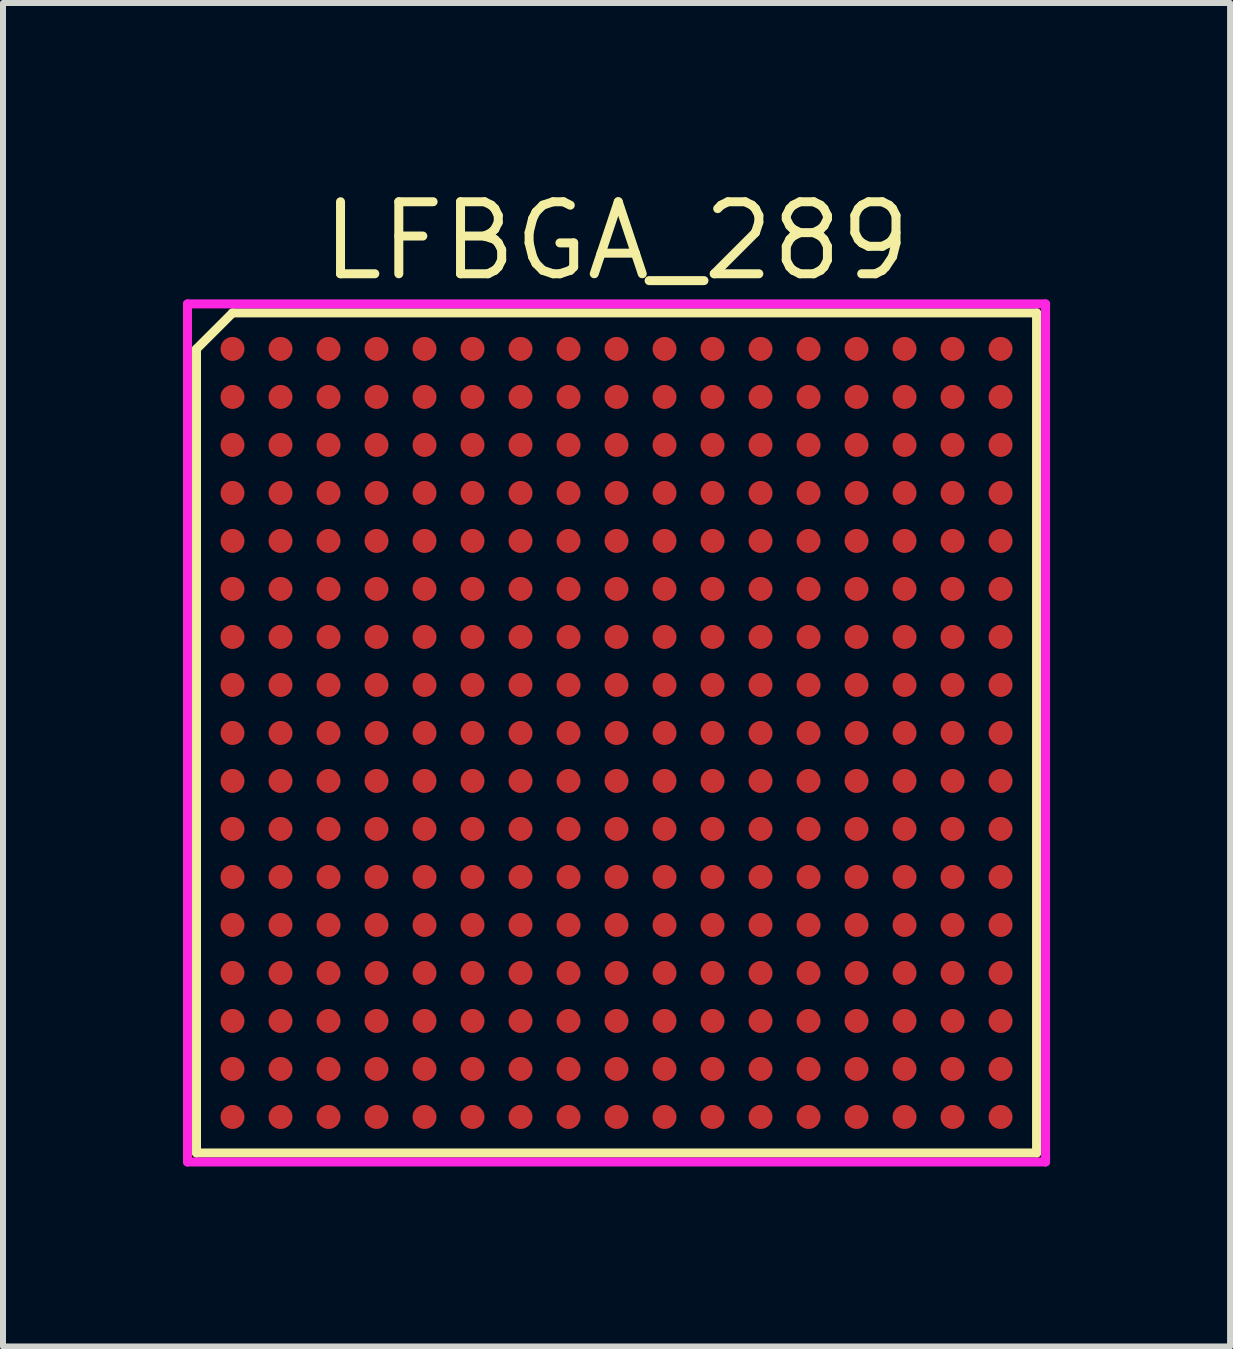
<source format=kicad_pcb>
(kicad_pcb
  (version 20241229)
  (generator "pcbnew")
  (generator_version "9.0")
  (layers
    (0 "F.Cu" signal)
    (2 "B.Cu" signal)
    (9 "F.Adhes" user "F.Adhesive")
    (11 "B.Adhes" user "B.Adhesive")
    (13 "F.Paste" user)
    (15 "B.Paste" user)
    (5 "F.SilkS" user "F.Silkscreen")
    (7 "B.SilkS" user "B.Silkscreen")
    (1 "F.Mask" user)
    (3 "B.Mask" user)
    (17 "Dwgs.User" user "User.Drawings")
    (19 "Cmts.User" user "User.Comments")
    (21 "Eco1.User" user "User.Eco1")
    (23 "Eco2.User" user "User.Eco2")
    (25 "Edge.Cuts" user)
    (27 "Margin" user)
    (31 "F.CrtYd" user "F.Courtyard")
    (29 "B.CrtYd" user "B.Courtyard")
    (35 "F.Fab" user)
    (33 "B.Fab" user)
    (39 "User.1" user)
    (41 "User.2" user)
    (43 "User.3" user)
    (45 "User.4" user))
  (footprint "LFBGA_289"
    (layer "F.Cu")
    (at 7.225 9.165)
    (property "Reference" "LFBGA_289" (at 0 -8.2 0) (layer "F.SilkS") (effects (font (size 1.2 1.2) (thickness 0.15))))
    (attr through_hole)
    (fp_line (start -7 -6.4) (end -7 7) (stroke (width 0.15) (type solid)) (layer "F.SilkS"))
    (fp_line (start -7 7) (end 7 7) (stroke (width 0.15) (type solid)) (layer "F.SilkS"))
    (fp_line (start -6.4 -7) (end -7 -6.4) (stroke (width 0.15) (type solid)) (layer "F.SilkS"))
    (fp_line (start 7 -7) (end -6.4 -7) (stroke (width 0.15) (type solid)) (layer "F.SilkS"))
    (fp_line (start 7 7) (end 7 -7) (stroke (width 0.15) (type solid)) (layer "F.SilkS"))
    (fp_line (start -7.15 -7.15) (end 7.15 -7.15) (stroke (width 0.15) (type solid)) (layer "F.CrtYd"))
    (fp_line (start -7.15 7.15) (end -7.15 -7.15) (stroke (width 0.15) (type solid)) (layer "F.CrtYd"))
    (fp_line (start 7.15 -7.15) (end 7.15 7.15) (stroke (width 0.15) (type solid)) (layer "F.CrtYd"))
    (fp_line (start 7.15 7.15) (end -7.15 7.15) (stroke (width 0.15) (type solid)) (layer "F.CrtYd"))
    (pad "A1" smd circle (at -6.4 -6.4) (size 0.4 0.4) (layers "F.Cu" "F.Mask" "F.Paste"))
    (pad "A2" smd circle (at -5.6 -6.4) (size 0.4 0.4) (layers "F.Cu" "F.Mask" "F.Paste"))
    (pad "A3" smd circle (at -4.8 -6.4) (size 0.4 0.4) (layers "F.Cu" "F.Mask" "F.Paste"))
    (pad "A4" smd circle (at -4 -6.4) (size 0.4 0.4) (layers "F.Cu" "F.Mask" "F.Paste"))
    (pad "A5" smd circle (at -3.2 -6.4) (size 0.4 0.4) (layers "F.Cu" "F.Mask" "F.Paste"))
    (pad "A6" smd circle (at -2.4 -6.4) (size 0.4 0.4) (layers "F.Cu" "F.Mask" "F.Paste"))
    (pad "A7" smd circle (at -1.6 -6.4) (size 0.4 0.4) (layers "F.Cu" "F.Mask" "F.Paste"))
    (pad "A8" smd circle (at -0.8 -6.4) (size 0.4 0.4) (layers "F.Cu" "F.Mask" "F.Paste"))
    (pad "A9" smd circle (at 0 -6.4) (size 0.4 0.4) (layers "F.Cu" "F.Mask" "F.Paste"))
    (pad "A10" smd circle (at 0.8 -6.4) (size 0.4 0.4) (layers "F.Cu" "F.Mask" "F.Paste"))
    (pad "A11" smd circle (at 1.6 -6.4) (size 0.4 0.4) (layers "F.Cu" "F.Mask" "F.Paste"))
    (pad "A12" smd circle (at 2.4 -6.4) (size 0.4 0.4) (layers "F.Cu" "F.Mask" "F.Paste"))
    (pad "A13" smd circle (at 3.2 -6.4) (size 0.4 0.4) (layers "F.Cu" "F.Mask" "F.Paste"))
    (pad "A14" smd circle (at 4 -6.4) (size 0.4 0.4) (layers "F.Cu" "F.Mask" "F.Paste"))
    (pad "A15" smd circle (at 4.8 -6.4) (size 0.4 0.4) (layers "F.Cu" "F.Mask" "F.Paste"))
    (pad "A16" smd circle (at 5.6 -6.4) (size 0.4 0.4) (layers "F.Cu" "F.Mask" "F.Paste"))
    (pad "A17" smd circle (at 6.4 -6.4) (size 0.4 0.4) (layers "F.Cu" "F.Mask" "F.Paste"))
    (pad "B1" smd circle (at -6.4 -5.6) (size 0.4 0.4) (layers "F.Cu" "F.Mask" "F.Paste"))
    (pad "B2" smd circle (at -5.6 -5.6) (size 0.4 0.4) (layers "F.Cu" "F.Mask" "F.Paste"))
    (pad "B3" smd circle (at -4.8 -5.6) (size 0.4 0.4) (layers "F.Cu" "F.Mask" "F.Paste"))
    (pad "B4" smd circle (at -4 -5.6) (size 0.4 0.4) (layers "F.Cu" "F.Mask" "F.Paste"))
    (pad "B5" smd circle (at -3.2 -5.6) (size 0.4 0.4) (layers "F.Cu" "F.Mask" "F.Paste"))
    (pad "B6" smd circle (at -2.4 -5.6) (size 0.4 0.4) (layers "F.Cu" "F.Mask" "F.Paste"))
    (pad "B7" smd circle (at -1.6 -5.6) (size 0.4 0.4) (layers "F.Cu" "F.Mask" "F.Paste"))
    (pad "B8" smd circle (at -0.8 -5.6) (size 0.4 0.4) (layers "F.Cu" "F.Mask" "F.Paste"))
    (pad "B9" smd circle (at 0 -5.6) (size 0.4 0.4) (layers "F.Cu" "F.Mask" "F.Paste"))
    (pad "B10" smd circle (at 0.8 -5.6) (size 0.4 0.4) (layers "F.Cu" "F.Mask" "F.Paste"))
    (pad "B11" smd circle (at 1.6 -5.6) (size 0.4 0.4) (layers "F.Cu" "F.Mask" "F.Paste"))
    (pad "B12" smd circle (at 2.4 -5.6) (size 0.4 0.4) (layers "F.Cu" "F.Mask" "F.Paste"))
    (pad "B13" smd circle (at 3.2 -5.6) (size 0.4 0.4) (layers "F.Cu" "F.Mask" "F.Paste"))
    (pad "B14" smd circle (at 4 -5.6) (size 0.4 0.4) (layers "F.Cu" "F.Mask" "F.Paste"))
    (pad "B15" smd circle (at 4.8 -5.6) (size 0.4 0.4) (layers "F.Cu" "F.Mask" "F.Paste"))
    (pad "B16" smd circle (at 5.6 -5.6) (size 0.4 0.4) (layers "F.Cu" "F.Mask" "F.Paste"))
    (pad "B17" smd circle (at 6.4 -5.6) (size 0.4 0.4) (layers "F.Cu" "F.Mask" "F.Paste"))
    (pad "C1" smd circle (at -6.4 -4.8) (size 0.4 0.4) (layers "F.Cu" "F.Mask" "F.Paste"))
    (pad "C2" smd circle (at -5.6 -4.8) (size 0.4 0.4) (layers "F.Cu" "F.Mask" "F.Paste"))
    (pad "C3" smd circle (at -4.8 -4.8) (size 0.4 0.4) (layers "F.Cu" "F.Mask" "F.Paste"))
    (pad "C4" smd circle (at -4 -4.8) (size 0.4 0.4) (layers "F.Cu" "F.Mask" "F.Paste"))
    (pad "C5" smd circle (at -3.2 -4.8) (size 0.4 0.4) (layers "F.Cu" "F.Mask" "F.Paste"))
    (pad "C6" smd circle (at -2.4 -4.8) (size 0.4 0.4) (layers "F.Cu" "F.Mask" "F.Paste"))
    (pad "C7" smd circle (at -1.6 -4.8) (size 0.4 0.4) (layers "F.Cu" "F.Mask" "F.Paste"))
    (pad "C8" smd circle (at -0.8 -4.8) (size 0.4 0.4) (layers "F.Cu" "F.Mask" "F.Paste"))
    (pad "C9" smd circle (at 0 -4.8) (size 0.4 0.4) (layers "F.Cu" "F.Mask" "F.Paste"))
    (pad "C10" smd circle (at 0.8 -4.8) (size 0.4 0.4) (layers "F.Cu" "F.Mask" "F.Paste"))
    (pad "C11" smd circle (at 1.6 -4.8) (size 0.4 0.4) (layers "F.Cu" "F.Mask" "F.Paste"))
    (pad "C12" smd circle (at 2.4 -4.8) (size 0.4 0.4) (layers "F.Cu" "F.Mask" "F.Paste"))
    (pad "C13" smd circle (at 3.2 -4.8) (size 0.4 0.4) (layers "F.Cu" "F.Mask" "F.Paste"))
    (pad "C14" smd circle (at 4 -4.8) (size 0.4 0.4) (layers "F.Cu" "F.Mask" "F.Paste"))
    (pad "C15" smd circle (at 4.8 -4.8) (size 0.4 0.4) (layers "F.Cu" "F.Mask" "F.Paste"))
    (pad "C16" smd circle (at 5.6 -4.8) (size 0.4 0.4) (layers "F.Cu" "F.Mask" "F.Paste"))
    (pad "C17" smd circle (at 6.4 -4.8) (size 0.4 0.4) (layers "F.Cu" "F.Mask" "F.Paste"))
    (pad "D1" smd circle (at -6.4 -4) (size 0.4 0.4) (layers "F.Cu" "F.Mask" "F.Paste"))
    (pad "D2" smd circle (at -5.6 -4) (size 0.4 0.4) (layers "F.Cu" "F.Mask" "F.Paste"))
    (pad "D3" smd circle (at -4.8 -4) (size 0.4 0.4) (layers "F.Cu" "F.Mask" "F.Paste"))
    (pad "D4" smd circle (at -4 -4) (size 0.4 0.4) (layers "F.Cu" "F.Mask" "F.Paste"))
    (pad "D5" smd circle (at -3.2 -4) (size 0.4 0.4) (layers "F.Cu" "F.Mask" "F.Paste"))
    (pad "D6" smd circle (at -2.4 -4) (size 0.4 0.4) (layers "F.Cu" "F.Mask" "F.Paste"))
    (pad "D7" smd circle (at -1.6 -4) (size 0.4 0.4) (layers "F.Cu" "F.Mask" "F.Paste"))
    (pad "D8" smd circle (at -0.8 -4) (size 0.4 0.4) (layers "F.Cu" "F.Mask" "F.Paste"))
    (pad "D9" smd circle (at 0 -4) (size 0.4 0.4) (layers "F.Cu" "F.Mask" "F.Paste"))
    (pad "D10" smd circle (at 0.8 -4) (size 0.4 0.4) (layers "F.Cu" "F.Mask" "F.Paste"))
    (pad "D11" smd circle (at 1.6 -4) (size 0.4 0.4) (layers "F.Cu" "F.Mask" "F.Paste"))
    (pad "D12" smd circle (at 2.4 -4) (size 0.4 0.4) (layers "F.Cu" "F.Mask" "F.Paste"))
    (pad "D13" smd circle (at 3.2 -4) (size 0.4 0.4) (layers "F.Cu" "F.Mask" "F.Paste"))
    (pad "D14" smd circle (at 4 -4) (size 0.4 0.4) (layers "F.Cu" "F.Mask" "F.Paste"))
    (pad "D15" smd circle (at 4.8 -4) (size 0.4 0.4) (layers "F.Cu" "F.Mask" "F.Paste"))
    (pad "D16" smd circle (at 5.6 -4) (size 0.4 0.4) (layers "F.Cu" "F.Mask" "F.Paste"))
    (pad "D17" smd circle (at 6.4 -4) (size 0.4 0.4) (layers "F.Cu" "F.Mask" "F.Paste"))
    (pad "E1" smd circle (at -6.4 -3.2) (size 0.4 0.4) (layers "F.Cu" "F.Mask" "F.Paste"))
    (pad "E2" smd circle (at -5.6 -3.2) (size 0.4 0.4) (layers "F.Cu" "F.Mask" "F.Paste"))
    (pad "E3" smd circle (at -4.8 -3.2) (size 0.4 0.4) (layers "F.Cu" "F.Mask" "F.Paste"))
    (pad "E4" smd circle (at -4 -3.2) (size 0.4 0.4) (layers "F.Cu" "F.Mask" "F.Paste"))
    (pad "E5" smd circle (at -3.2 -3.2) (size 0.4 0.4) (layers "F.Cu" "F.Mask" "F.Paste"))
    (pad "E6" smd circle (at -2.4 -3.2) (size 0.4 0.4) (layers "F.Cu" "F.Mask" "F.Paste"))
    (pad "E7" smd circle (at -1.6 -3.2) (size 0.4 0.4) (layers "F.Cu" "F.Mask" "F.Paste"))
    (pad "E8" smd circle (at -0.8 -3.2) (size 0.4 0.4) (layers "F.Cu" "F.Mask" "F.Paste"))
    (pad "E9" smd circle (at 0 -3.2) (size 0.4 0.4) (layers "F.Cu" "F.Mask" "F.Paste"))
    (pad "E10" smd circle (at 0.8 -3.2) (size 0.4 0.4) (layers "F.Cu" "F.Mask" "F.Paste"))
    (pad "E11" smd circle (at 1.6 -3.2) (size 0.4 0.4) (layers "F.Cu" "F.Mask" "F.Paste"))
    (pad "E12" smd circle (at 2.4 -3.2) (size 0.4 0.4) (layers "F.Cu" "F.Mask" "F.Paste"))
    (pad "E13" smd circle (at 3.2 -3.2) (size 0.4 0.4) (layers "F.Cu" "F.Mask" "F.Paste"))
    (pad "E14" smd circle (at 4 -3.2) (size 0.4 0.4) (layers "F.Cu" "F.Mask" "F.Paste"))
    (pad "E15" smd circle (at 4.8 -3.2) (size 0.4 0.4) (layers "F.Cu" "F.Mask" "F.Paste"))
    (pad "E16" smd circle (at 5.6 -3.2) (size 0.4 0.4) (layers "F.Cu" "F.Mask" "F.Paste"))
    (pad "E17" smd circle (at 6.4 -3.2) (size 0.4 0.4) (layers "F.Cu" "F.Mask" "F.Paste"))
    (pad "F1" smd circle (at -6.4 -2.4) (size 0.4 0.4) (layers "F.Cu" "F.Mask" "F.Paste"))
    (pad "F2" smd circle (at -5.6 -2.4) (size 0.4 0.4) (layers "F.Cu" "F.Mask" "F.Paste"))
    (pad "F3" smd circle (at -4.8 -2.4) (size 0.4 0.4) (layers "F.Cu" "F.Mask" "F.Paste"))
    (pad "F4" smd circle (at -4 -2.4) (size 0.4 0.4) (layers "F.Cu" "F.Mask" "F.Paste"))
    (pad "F5" smd circle (at -3.2 -2.4) (size 0.4 0.4) (layers "F.Cu" "F.Mask" "F.Paste"))
    (pad "F6" smd circle (at -2.4 -2.4) (size 0.4 0.4) (layers "F.Cu" "F.Mask" "F.Paste"))
    (pad "F7" smd circle (at -1.6 -2.4) (size 0.4 0.4) (layers "F.Cu" "F.Mask" "F.Paste"))
    (pad "F8" smd circle (at -0.8 -2.4) (size 0.4 0.4) (layers "F.Cu" "F.Mask" "F.Paste"))
    (pad "F9" smd circle (at 0 -2.4) (size 0.4 0.4) (layers "F.Cu" "F.Mask" "F.Paste"))
    (pad "F10" smd circle (at 0.8 -2.4) (size 0.4 0.4) (layers "F.Cu" "F.Mask" "F.Paste"))
    (pad "F11" smd circle (at 1.6 -2.4) (size 0.4 0.4) (layers "F.Cu" "F.Mask" "F.Paste"))
    (pad "F12" smd circle (at 2.4 -2.4) (size 0.4 0.4) (layers "F.Cu" "F.Mask" "F.Paste"))
    (pad "F13" smd circle (at 3.2 -2.4) (size 0.4 0.4) (layers "F.Cu" "F.Mask" "F.Paste"))
    (pad "F14" smd circle (at 4 -2.4) (size 0.4 0.4) (layers "F.Cu" "F.Mask" "F.Paste"))
    (pad "F15" smd circle (at 4.8 -2.4) (size 0.4 0.4) (layers "F.Cu" "F.Mask" "F.Paste"))
    (pad "F16" smd circle (at 5.6 -2.4) (size 0.4 0.4) (layers "F.Cu" "F.Mask" "F.Paste"))
    (pad "F17" smd circle (at 6.4 -2.4) (size 0.4 0.4) (layers "F.Cu" "F.Mask" "F.Paste"))
    (pad "G1" smd circle (at -6.4 -1.6) (size 0.4 0.4) (layers "F.Cu" "F.Mask" "F.Paste"))
    (pad "G2" smd circle (at -5.6 -1.6) (size 0.4 0.4) (layers "F.Cu" "F.Mask" "F.Paste"))
    (pad "G3" smd circle (at -4.8 -1.6) (size 0.4 0.4) (layers "F.Cu" "F.Mask" "F.Paste"))
    (pad "G4" smd circle (at -4 -1.6) (size 0.4 0.4) (layers "F.Cu" "F.Mask" "F.Paste"))
    (pad "G5" smd circle (at -3.2 -1.6) (size 0.4 0.4) (layers "F.Cu" "F.Mask" "F.Paste"))
    (pad "G6" smd circle (at -2.4 -1.6) (size 0.4 0.4) (layers "F.Cu" "F.Mask" "F.Paste"))
    (pad "G7" smd circle (at -1.6 -1.6) (size 0.4 0.4) (layers "F.Cu" "F.Mask" "F.Paste"))
    (pad "G8" smd circle (at -0.8 -1.6) (size 0.4 0.4) (layers "F.Cu" "F.Mask" "F.Paste"))
    (pad "G9" smd circle (at 0 -1.6) (size 0.4 0.4) (layers "F.Cu" "F.Mask" "F.Paste"))
    (pad "G10" smd circle (at 0.8 -1.6) (size 0.4 0.4) (layers "F.Cu" "F.Mask" "F.Paste"))
    (pad "G11" smd circle (at 1.6 -1.6) (size 0.4 0.4) (layers "F.Cu" "F.Mask" "F.Paste"))
    (pad "G12" smd circle (at 2.4 -1.6) (size 0.4 0.4) (layers "F.Cu" "F.Mask" "F.Paste"))
    (pad "G13" smd circle (at 3.2 -1.6) (size 0.4 0.4) (layers "F.Cu" "F.Mask" "F.Paste"))
    (pad "G14" smd circle (at 4 -1.6) (size 0.4 0.4) (layers "F.Cu" "F.Mask" "F.Paste"))
    (pad "G15" smd circle (at 4.8 -1.6) (size 0.4 0.4) (layers "F.Cu" "F.Mask" "F.Paste"))
    (pad "G16" smd circle (at 5.6 -1.6) (size 0.4 0.4) (layers "F.Cu" "F.Mask" "F.Paste"))
    (pad "G17" smd circle (at 6.4 -1.6) (size 0.4 0.4) (layers "F.Cu" "F.Mask" "F.Paste"))
    (pad "H1" smd circle (at -6.4 -0.8) (size 0.4 0.4) (layers "F.Cu" "F.Mask" "F.Paste"))
    (pad "H2" smd circle (at -5.6 -0.8) (size 0.4 0.4) (layers "F.Cu" "F.Mask" "F.Paste"))
    (pad "H3" smd circle (at -4.8 -0.8) (size 0.4 0.4) (layers "F.Cu" "F.Mask" "F.Paste"))
    (pad "H4" smd circle (at -4 -0.8) (size 0.4 0.4) (layers "F.Cu" "F.Mask" "F.Paste"))
    (pad "H5" smd circle (at -3.2 -0.8) (size 0.4 0.4) (layers "F.Cu" "F.Mask" "F.Paste"))
    (pad "H6" smd circle (at -2.4 -0.8) (size 0.4 0.4) (layers "F.Cu" "F.Mask" "F.Paste"))
    (pad "H7" smd circle (at -1.6 -0.8) (size 0.4 0.4) (layers "F.Cu" "F.Mask" "F.Paste"))
    (pad "H8" smd circle (at -0.8 -0.8) (size 0.4 0.4) (layers "F.Cu" "F.Mask" "F.Paste"))
    (pad "H9" smd circle (at 0 -0.8) (size 0.4 0.4) (layers "F.Cu" "F.Mask" "F.Paste"))
    (pad "H10" smd circle (at 0.8 -0.8) (size 0.4 0.4) (layers "F.Cu" "F.Mask" "F.Paste"))
    (pad "H11" smd circle (at 1.6 -0.8) (size 0.4 0.4) (layers "F.Cu" "F.Mask" "F.Paste"))
    (pad "H12" smd circle (at 2.4 -0.8) (size 0.4 0.4) (layers "F.Cu" "F.Mask" "F.Paste"))
    (pad "H13" smd circle (at 3.2 -0.8) (size 0.4 0.4) (layers "F.Cu" "F.Mask" "F.Paste"))
    (pad "H14" smd circle (at 4 -0.8) (size 0.4 0.4) (layers "F.Cu" "F.Mask" "F.Paste"))
    (pad "H15" smd circle (at 4.8 -0.8) (size 0.4 0.4) (layers "F.Cu" "F.Mask" "F.Paste"))
    (pad "H16" smd circle (at 5.6 -0.8) (size 0.4 0.4) (layers "F.Cu" "F.Mask" "F.Paste"))
    (pad "H17" smd circle (at 6.4 -0.8) (size 0.4 0.4) (layers "F.Cu" "F.Mask" "F.Paste"))
    (pad "J1" smd circle (at -6.4 0) (size 0.4 0.4) (layers "F.Cu" "F.Mask" "F.Paste"))
    (pad "J2" smd circle (at -5.6 0) (size 0.4 0.4) (layers "F.Cu" "F.Mask" "F.Paste"))
    (pad "J3" smd circle (at -4.8 0) (size 0.4 0.4) (layers "F.Cu" "F.Mask" "F.Paste"))
    (pad "J4" smd circle (at -4 0) (size 0.4 0.4) (layers "F.Cu" "F.Mask" "F.Paste"))
    (pad "J5" smd circle (at -3.2 0) (size 0.4 0.4) (layers "F.Cu" "F.Mask" "F.Paste"))
    (pad "J6" smd circle (at -2.4 0) (size 0.4 0.4) (layers "F.Cu" "F.Mask" "F.Paste"))
    (pad "J7" smd circle (at -1.6 0) (size 0.4 0.4) (layers "F.Cu" "F.Mask" "F.Paste"))
    (pad "J8" smd circle (at -0.8 0) (size 0.4 0.4) (layers "F.Cu" "F.Mask" "F.Paste"))
    (pad "J9" smd circle (at 0 0) (size 0.4 0.4) (layers "F.Cu" "F.Mask" "F.Paste"))
    (pad "J10" smd circle (at 0.8 0) (size 0.4 0.4) (layers "F.Cu" "F.Mask" "F.Paste"))
    (pad "J11" smd circle (at 1.6 0) (size 0.4 0.4) (layers "F.Cu" "F.Mask" "F.Paste"))
    (pad "J12" smd circle (at 2.4 0) (size 0.4 0.4) (layers "F.Cu" "F.Mask" "F.Paste"))
    (pad "J13" smd circle (at 3.2 0) (size 0.4 0.4) (layers "F.Cu" "F.Mask" "F.Paste"))
    (pad "J14" smd circle (at 4 0) (size 0.4 0.4) (layers "F.Cu" "F.Mask" "F.Paste"))
    (pad "J15" smd circle (at 4.8 0) (size 0.4 0.4) (layers "F.Cu" "F.Mask" "F.Paste"))
    (pad "J16" smd circle (at 5.6 0) (size 0.4 0.4) (layers "F.Cu" "F.Mask" "F.Paste"))
    (pad "J17" smd circle (at 6.4 0) (size 0.4 0.4) (layers "F.Cu" "F.Mask" "F.Paste"))
    (pad "K1" smd circle (at -6.4 0.8) (size 0.4 0.4) (layers "F.Cu" "F.Mask" "F.Paste"))
    (pad "K2" smd circle (at -5.6 0.8) (size 0.4 0.4) (layers "F.Cu" "F.Mask" "F.Paste"))
    (pad "K3" smd circle (at -4.8 0.8) (size 0.4 0.4) (layers "F.Cu" "F.Mask" "F.Paste"))
    (pad "K4" smd circle (at -4 0.8) (size 0.4 0.4) (layers "F.Cu" "F.Mask" "F.Paste"))
    (pad "K5" smd circle (at -3.2 0.8) (size 0.4 0.4) (layers "F.Cu" "F.Mask" "F.Paste"))
    (pad "K6" smd circle (at -2.4 0.8) (size 0.4 0.4) (layers "F.Cu" "F.Mask" "F.Paste"))
    (pad "K7" smd circle (at -1.6 0.8) (size 0.4 0.4) (layers "F.Cu" "F.Mask" "F.Paste"))
    (pad "K8" smd circle (at -0.8 0.8) (size 0.4 0.4) (layers "F.Cu" "F.Mask" "F.Paste"))
    (pad "K9" smd circle (at 0 0.8) (size 0.4 0.4) (layers "F.Cu" "F.Mask" "F.Paste"))
    (pad "K10" smd circle (at 0.8 0.8) (size 0.4 0.4) (layers "F.Cu" "F.Mask" "F.Paste"))
    (pad "K11" smd circle (at 1.6 0.8) (size 0.4 0.4) (layers "F.Cu" "F.Mask" "F.Paste"))
    (pad "K12" smd circle (at 2.4 0.8) (size 0.4 0.4) (layers "F.Cu" "F.Mask" "F.Paste"))
    (pad "K13" smd circle (at 3.2 0.8) (size 0.4 0.4) (layers "F.Cu" "F.Mask" "F.Paste"))
    (pad "K14" smd circle (at 4 0.8) (size 0.4 0.4) (layers "F.Cu" "F.Mask" "F.Paste"))
    (pad "K15" smd circle (at 4.8 0.8) (size 0.4 0.4) (layers "F.Cu" "F.Mask" "F.Paste"))
    (pad "K16" smd circle (at 5.6 0.8) (size 0.4 0.4) (layers "F.Cu" "F.Mask" "F.Paste"))
    (pad "K17" smd circle (at 6.4 0.8) (size 0.4 0.4) (layers "F.Cu" "F.Mask" "F.Paste"))
    (pad "L1" smd circle (at -6.4 1.6) (size 0.4 0.4) (layers "F.Cu" "F.Mask" "F.Paste"))
    (pad "L2" smd circle (at -5.6 1.6) (size 0.4 0.4) (layers "F.Cu" "F.Mask" "F.Paste"))
    (pad "L3" smd circle (at -4.8 1.6) (size 0.4 0.4) (layers "F.Cu" "F.Mask" "F.Paste"))
    (pad "L4" smd circle (at -4 1.6) (size 0.4 0.4) (layers "F.Cu" "F.Mask" "F.Paste"))
    (pad "L5" smd circle (at -3.2 1.6) (size 0.4 0.4) (layers "F.Cu" "F.Mask" "F.Paste"))
    (pad "L6" smd circle (at -2.4 1.6) (size 0.4 0.4) (layers "F.Cu" "F.Mask" "F.Paste"))
    (pad "L7" smd circle (at -1.6 1.6) (size 0.4 0.4) (layers "F.Cu" "F.Mask" "F.Paste"))
    (pad "L8" smd circle (at -0.8 1.6) (size 0.4 0.4) (layers "F.Cu" "F.Mask" "F.Paste"))
    (pad "L9" smd circle (at 0 1.6) (size 0.4 0.4) (layers "F.Cu" "F.Mask" "F.Paste"))
    (pad "L10" smd circle (at 0.8 1.6) (size 0.4 0.4) (layers "F.Cu" "F.Mask" "F.Paste"))
    (pad "L11" smd circle (at 1.6 1.6) (size 0.4 0.4) (layers "F.Cu" "F.Mask" "F.Paste"))
    (pad "L12" smd circle (at 2.4 1.6) (size 0.4 0.4) (layers "F.Cu" "F.Mask" "F.Paste"))
    (pad "L13" smd circle (at 3.2 1.6) (size 0.4 0.4) (layers "F.Cu" "F.Mask" "F.Paste"))
    (pad "L14" smd circle (at 4 1.6) (size 0.4 0.4) (layers "F.Cu" "F.Mask" "F.Paste"))
    (pad "L15" smd circle (at 4.8 1.6) (size 0.4 0.4) (layers "F.Cu" "F.Mask" "F.Paste"))
    (pad "L16" smd circle (at 5.6 1.6) (size 0.4 0.4) (layers "F.Cu" "F.Mask" "F.Paste"))
    (pad "L17" smd circle (at 6.4 1.6) (size 0.4 0.4) (layers "F.Cu" "F.Mask" "F.Paste"))
    (pad "M1" smd circle (at -6.4 2.4) (size 0.4 0.4) (layers "F.Cu" "F.Mask" "F.Paste"))
    (pad "M2" smd circle (at -5.6 2.4) (size 0.4 0.4) (layers "F.Cu" "F.Mask" "F.Paste"))
    (pad "M3" smd circle (at -4.8 2.4) (size 0.4 0.4) (layers "F.Cu" "F.Mask" "F.Paste"))
    (pad "M4" smd circle (at -4 2.4) (size 0.4 0.4) (layers "F.Cu" "F.Mask" "F.Paste"))
    (pad "M5" smd circle (at -3.2 2.4) (size 0.4 0.4) (layers "F.Cu" "F.Mask" "F.Paste"))
    (pad "M6" smd circle (at -2.4 2.4) (size 0.4 0.4) (layers "F.Cu" "F.Mask" "F.Paste"))
    (pad "M7" smd circle (at -1.6 2.4) (size 0.4 0.4) (layers "F.Cu" "F.Mask" "F.Paste"))
    (pad "M8" smd circle (at -0.8 2.4) (size 0.4 0.4) (layers "F.Cu" "F.Mask" "F.Paste"))
    (pad "M9" smd circle (at 0 2.4) (size 0.4 0.4) (layers "F.Cu" "F.Mask" "F.Paste"))
    (pad "M10" smd circle (at 0.8 2.4) (size 0.4 0.4) (layers "F.Cu" "F.Mask" "F.Paste"))
    (pad "M11" smd circle (at 1.6 2.4) (size 0.4 0.4) (layers "F.Cu" "F.Mask" "F.Paste"))
    (pad "M12" smd circle (at 2.4 2.4) (size 0.4 0.4) (layers "F.Cu" "F.Mask" "F.Paste"))
    (pad "M13" smd circle (at 3.2 2.4) (size 0.4 0.4) (layers "F.Cu" "F.Mask" "F.Paste"))
    (pad "M14" smd circle (at 4 2.4) (size 0.4 0.4) (layers "F.Cu" "F.Mask" "F.Paste"))
    (pad "M15" smd circle (at 4.8 2.4) (size 0.4 0.4) (layers "F.Cu" "F.Mask" "F.Paste"))
    (pad "M16" smd circle (at 5.6 2.4) (size 0.4 0.4) (layers "F.Cu" "F.Mask" "F.Paste"))
    (pad "M17" smd circle (at 6.4 2.4) (size 0.4 0.4) (layers "F.Cu" "F.Mask" "F.Paste"))
    (pad "N1" smd circle (at -6.4 3.2) (size 0.4 0.4) (layers "F.Cu" "F.Mask" "F.Paste"))
    (pad "N2" smd circle (at -5.6 3.2) (size 0.4 0.4) (layers "F.Cu" "F.Mask" "F.Paste"))
    (pad "N3" smd circle (at -4.8 3.2) (size 0.4 0.4) (layers "F.Cu" "F.Mask" "F.Paste"))
    (pad "N4" smd circle (at -4 3.2) (size 0.4 0.4) (layers "F.Cu" "F.Mask" "F.Paste"))
    (pad "N5" smd circle (at -3.2 3.2) (size 0.4 0.4) (layers "F.Cu" "F.Mask" "F.Paste"))
    (pad "N6" smd circle (at -2.4 3.2) (size 0.4 0.4) (layers "F.Cu" "F.Mask" "F.Paste"))
    (pad "N7" smd circle (at -1.6 3.2) (size 0.4 0.4) (layers "F.Cu" "F.Mask" "F.Paste"))
    (pad "N8" smd circle (at -0.8 3.2) (size 0.4 0.4) (layers "F.Cu" "F.Mask" "F.Paste"))
    (pad "N9" smd circle (at 0 3.2) (size 0.4 0.4) (layers "F.Cu" "F.Mask" "F.Paste"))
    (pad "N10" smd circle (at 0.8 3.2) (size 0.4 0.4) (layers "F.Cu" "F.Mask" "F.Paste"))
    (pad "N11" smd circle (at 1.6 3.2) (size 0.4 0.4) (layers "F.Cu" "F.Mask" "F.Paste"))
    (pad "N12" smd circle (at 2.4 3.2) (size 0.4 0.4) (layers "F.Cu" "F.Mask" "F.Paste"))
    (pad "N13" smd circle (at 3.2 3.2) (size 0.4 0.4) (layers "F.Cu" "F.Mask" "F.Paste"))
    (pad "N14" smd circle (at 4 3.2) (size 0.4 0.4) (layers "F.Cu" "F.Mask" "F.Paste"))
    (pad "N15" smd circle (at 4.8 3.2) (size 0.4 0.4) (layers "F.Cu" "F.Mask" "F.Paste"))
    (pad "N16" smd circle (at 5.6 3.2) (size 0.4 0.4) (layers "F.Cu" "F.Mask" "F.Paste"))
    (pad "N17" smd circle (at 6.4 3.2) (size 0.4 0.4) (layers "F.Cu" "F.Mask" "F.Paste"))
    (pad "P1" smd circle (at -6.4 4) (size 0.4 0.4) (layers "F.Cu" "F.Mask" "F.Paste"))
    (pad "P2" smd circle (at -5.6 4) (size 0.4 0.4) (layers "F.Cu" "F.Mask" "F.Paste"))
    (pad "P3" smd circle (at -4.8 4) (size 0.4 0.4) (layers "F.Cu" "F.Mask" "F.Paste"))
    (pad "P4" smd circle (at -4 4) (size 0.4 0.4) (layers "F.Cu" "F.Mask" "F.Paste"))
    (pad "P5" smd circle (at -3.2 4) (size 0.4 0.4) (layers "F.Cu" "F.Mask" "F.Paste"))
    (pad "P6" smd circle (at -2.4 4) (size 0.4 0.4) (layers "F.Cu" "F.Mask" "F.Paste"))
    (pad "P7" smd circle (at -1.6 4) (size 0.4 0.4) (layers "F.Cu" "F.Mask" "F.Paste"))
    (pad "P8" smd circle (at -0.8 4) (size 0.4 0.4) (layers "F.Cu" "F.Mask" "F.Paste"))
    (pad "P9" smd circle (at 0 4) (size 0.4 0.4) (layers "F.Cu" "F.Mask" "F.Paste"))
    (pad "P10" smd circle (at 0.8 4) (size 0.4 0.4) (layers "F.Cu" "F.Mask" "F.Paste"))
    (pad "P11" smd circle (at 1.6 4) (size 0.4 0.4) (layers "F.Cu" "F.Mask" "F.Paste"))
    (pad "P12" smd circle (at 2.4 4) (size 0.4 0.4) (layers "F.Cu" "F.Mask" "F.Paste"))
    (pad "P13" smd circle (at 3.2 4) (size 0.4 0.4) (layers "F.Cu" "F.Mask" "F.Paste"))
    (pad "P14" smd circle (at 4 4) (size 0.4 0.4) (layers "F.Cu" "F.Mask" "F.Paste"))
    (pad "P15" smd circle (at 4.8 4) (size 0.4 0.4) (layers "F.Cu" "F.Mask" "F.Paste"))
    (pad "P16" smd circle (at 5.6 4) (size 0.4 0.4) (layers "F.Cu" "F.Mask" "F.Paste"))
    (pad "P17" smd circle (at 6.4 4) (size 0.4 0.4) (layers "F.Cu" "F.Mask" "F.Paste"))
    (pad "R1" smd circle (at -6.4 4.8) (size 0.4 0.4) (layers "F.Cu" "F.Mask" "F.Paste"))
    (pad "R2" smd circle (at -5.6 4.8) (size 0.4 0.4) (layers "F.Cu" "F.Mask" "F.Paste"))
    (pad "R3" smd circle (at -4.8 4.8) (size 0.4 0.4) (layers "F.Cu" "F.Mask" "F.Paste"))
    (pad "R4" smd circle (at -4 4.8) (size 0.4 0.4) (layers "F.Cu" "F.Mask" "F.Paste"))
    (pad "R5" smd circle (at -3.2 4.8) (size 0.4 0.4) (layers "F.Cu" "F.Mask" "F.Paste"))
    (pad "R6" smd circle (at -2.4 4.8) (size 0.4 0.4) (layers "F.Cu" "F.Mask" "F.Paste"))
    (pad "R7" smd circle (at -1.6 4.8) (size 0.4 0.4) (layers "F.Cu" "F.Mask" "F.Paste"))
    (pad "R8" smd circle (at -0.8 4.8) (size 0.4 0.4) (layers "F.Cu" "F.Mask" "F.Paste"))
    (pad "R9" smd circle (at 0 4.8) (size 0.4 0.4) (layers "F.Cu" "F.Mask" "F.Paste"))
    (pad "R10" smd circle (at 0.8 4.8) (size 0.4 0.4) (layers "F.Cu" "F.Mask" "F.Paste"))
    (pad "R11" smd circle (at 1.6 4.8) (size 0.4 0.4) (layers "F.Cu" "F.Mask" "F.Paste"))
    (pad "R12" smd circle (at 2.4 4.8) (size 0.4 0.4) (layers "F.Cu" "F.Mask" "F.Paste"))
    (pad "R13" smd circle (at 3.2 4.8) (size 0.4 0.4) (layers "F.Cu" "F.Mask" "F.Paste"))
    (pad "R14" smd circle (at 4 4.8) (size 0.4 0.4) (layers "F.Cu" "F.Mask" "F.Paste"))
    (pad "R15" smd circle (at 4.8 4.8) (size 0.4 0.4) (layers "F.Cu" "F.Mask" "F.Paste"))
    (pad "R16" smd circle (at 5.6 4.8) (size 0.4 0.4) (layers "F.Cu" "F.Mask" "F.Paste"))
    (pad "R17" smd circle (at 6.4 4.8) (size 0.4 0.4) (layers "F.Cu" "F.Mask" "F.Paste"))
    (pad "T1" smd circle (at -6.4 5.6) (size 0.4 0.4) (layers "F.Cu" "F.Mask" "F.Paste"))
    (pad "T2" smd circle (at -5.6 5.6) (size 0.4 0.4) (layers "F.Cu" "F.Mask" "F.Paste"))
    (pad "T3" smd circle (at -4.8 5.6) (size 0.4 0.4) (layers "F.Cu" "F.Mask" "F.Paste"))
    (pad "T4" smd circle (at -4 5.6) (size 0.4 0.4) (layers "F.Cu" "F.Mask" "F.Paste"))
    (pad "T5" smd circle (at -3.2 5.6) (size 0.4 0.4) (layers "F.Cu" "F.Mask" "F.Paste"))
    (pad "T6" smd circle (at -2.4 5.6) (size 0.4 0.4) (layers "F.Cu" "F.Mask" "F.Paste"))
    (pad "T7" smd circle (at -1.6 5.6) (size 0.4 0.4) (layers "F.Cu" "F.Mask" "F.Paste"))
    (pad "T8" smd circle (at -0.8 5.6) (size 0.4 0.4) (layers "F.Cu" "F.Mask" "F.Paste"))
    (pad "T9" smd circle (at 0 5.6) (size 0.4 0.4) (layers "F.Cu" "F.Mask" "F.Paste"))
    (pad "T10" smd circle (at 0.8 5.6) (size 0.4 0.4) (layers "F.Cu" "F.Mask" "F.Paste"))
    (pad "T11" smd circle (at 1.6 5.6) (size 0.4 0.4) (layers "F.Cu" "F.Mask" "F.Paste"))
    (pad "T12" smd circle (at 2.4 5.6) (size 0.4 0.4) (layers "F.Cu" "F.Mask" "F.Paste"))
    (pad "T13" smd circle (at 3.2 5.6) (size 0.4 0.4) (layers "F.Cu" "F.Mask" "F.Paste"))
    (pad "T14" smd circle (at 4 5.6) (size 0.4 0.4) (layers "F.Cu" "F.Mask" "F.Paste"))
    (pad "T15" smd circle (at 4.8 5.6) (size 0.4 0.4) (layers "F.Cu" "F.Mask" "F.Paste"))
    (pad "T16" smd circle (at 5.6 5.6) (size 0.4 0.4) (layers "F.Cu" "F.Mask" "F.Paste"))
    (pad "T17" smd circle (at 6.4 5.6) (size 0.4 0.4) (layers "F.Cu" "F.Mask" "F.Paste"))
    (pad "U1" smd circle (at -6.4 6.4) (size 0.4 0.4) (layers "F.Cu" "F.Mask" "F.Paste"))
    (pad "U2" smd circle (at -5.6 6.4) (size 0.4 0.4) (layers "F.Cu" "F.Mask" "F.Paste"))
    (pad "U3" smd circle (at -4.8 6.4) (size 0.4 0.4) (layers "F.Cu" "F.Mask" "F.Paste"))
    (pad "U4" smd circle (at -4 6.4) (size 0.4 0.4) (layers "F.Cu" "F.Mask" "F.Paste"))
    (pad "U5" smd circle (at -3.2 6.4) (size 0.4 0.4) (layers "F.Cu" "F.Mask" "F.Paste"))
    (pad "U6" smd circle (at -2.4 6.4) (size 0.4 0.4) (layers "F.Cu" "F.Mask" "F.Paste"))
    (pad "U7" smd circle (at -1.6 6.4) (size 0.4 0.4) (layers "F.Cu" "F.Mask" "F.Paste"))
    (pad "U8" smd circle (at -0.8 6.4) (size 0.4 0.4) (layers "F.Cu" "F.Mask" "F.Paste"))
    (pad "U9" smd circle (at 0 6.4) (size 0.4 0.4) (layers "F.Cu" "F.Mask" "F.Paste"))
    (pad "U10" smd circle (at 0.8 6.4) (size 0.4 0.4) (layers "F.Cu" "F.Mask" "F.Paste"))
    (pad "U11" smd circle (at 1.6 6.4) (size 0.4 0.4) (layers "F.Cu" "F.Mask" "F.Paste"))
    (pad "U12" smd circle (at 2.4 6.4) (size 0.4 0.4) (layers "F.Cu" "F.Mask" "F.Paste"))
    (pad "U13" smd circle (at 3.2 6.4) (size 0.4 0.4) (layers "F.Cu" "F.Mask" "F.Paste"))
    (pad "U14" smd circle (at 4 6.4) (size 0.4 0.4) (layers "F.Cu" "F.Mask" "F.Paste"))
    (pad "U15" smd circle (at 4.8 6.4) (size 0.4 0.4) (layers "F.Cu" "F.Mask" "F.Paste"))
    (pad "U16" smd circle (at 5.6 6.4) (size 0.4 0.4) (layers "F.Cu" "F.Mask" "F.Paste"))
    (pad "U17" smd circle (at 6.4 6.4) (size 0.4 0.4) (layers "F.Cu" "F.Mask" "F.Paste")))
  (gr_rect
    (start -3 -3)
    (end 17.45 19.39)
    (stroke (width 0.1) (type default))
    (fill no)
    (layer "Edge.Cuts")))
</source>
